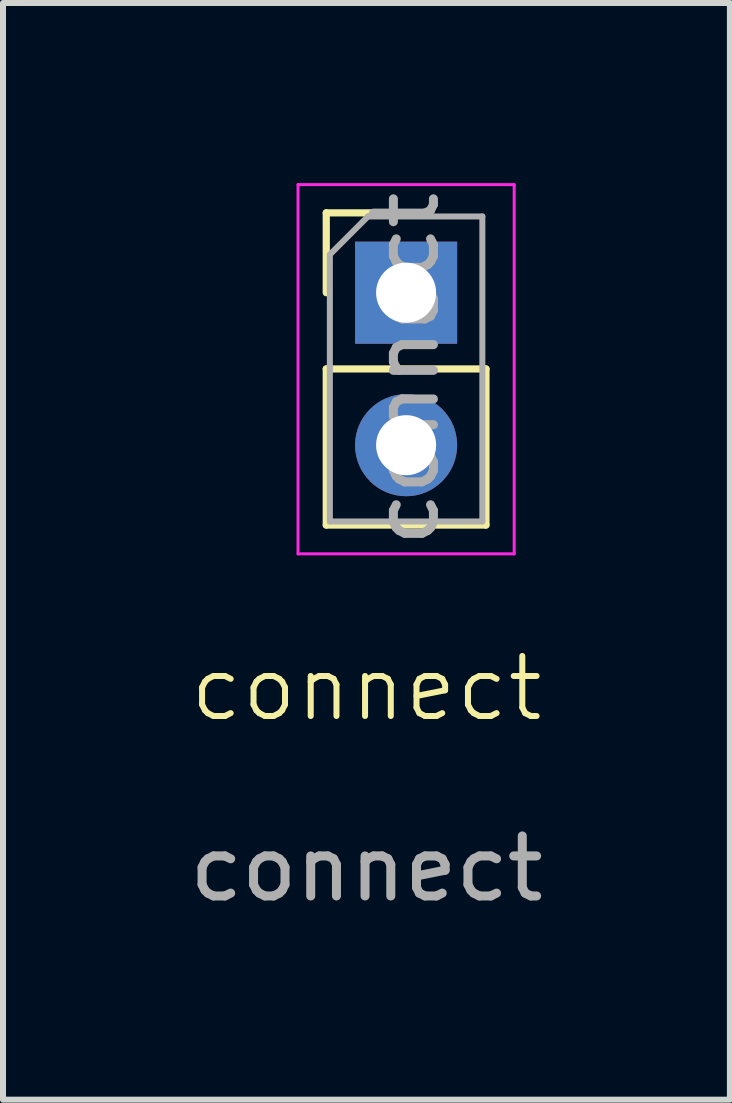
<source format=kicad_pcb>
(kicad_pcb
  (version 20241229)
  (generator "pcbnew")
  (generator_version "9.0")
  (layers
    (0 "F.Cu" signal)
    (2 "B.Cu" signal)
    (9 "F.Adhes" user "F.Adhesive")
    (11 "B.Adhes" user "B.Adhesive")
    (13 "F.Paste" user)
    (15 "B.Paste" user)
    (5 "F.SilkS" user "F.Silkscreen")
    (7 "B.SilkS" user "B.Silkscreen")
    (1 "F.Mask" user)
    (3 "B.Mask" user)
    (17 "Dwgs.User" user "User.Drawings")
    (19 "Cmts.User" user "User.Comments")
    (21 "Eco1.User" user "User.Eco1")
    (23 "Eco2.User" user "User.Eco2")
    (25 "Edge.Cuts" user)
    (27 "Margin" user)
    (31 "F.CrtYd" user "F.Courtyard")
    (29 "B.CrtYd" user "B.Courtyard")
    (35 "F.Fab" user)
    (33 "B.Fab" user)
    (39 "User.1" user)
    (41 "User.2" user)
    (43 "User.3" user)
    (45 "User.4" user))
  (footprint "connect"
    (layer "F.Cu")
    (at 3.054 8.918)
    (property "Reference" "connect" (at 0 -0.5 0) (unlocked yes) (layer "F.SilkS") (effects (font (size 1 1) (thickness 0.1))))
    (attr smd)
    (fp_line (start -0.67 -8.423) (end 0.66 -8.423) (stroke (width 0.12) (type solid)) (layer "F.SilkS"))
    (fp_line (start -0.67 -7.093) (end -0.67 -8.423) (stroke (width 0.12) (type solid)) (layer "F.SilkS"))
    (fp_line (start -0.67 -5.823) (end -0.67 -3.223) (stroke (width 0.12) (type solid)) (layer "F.SilkS"))
    (fp_line (start -0.67 -5.823) (end 1.99 -5.823) (stroke (width 0.12) (type solid)) (layer "F.SilkS"))
    (fp_line (start -0.67 -3.223) (end 1.99 -3.223) (stroke (width 0.12) (type solid)) (layer "F.SilkS"))
    (fp_line (start 1.99 -5.823) (end 1.99 -3.223) (stroke (width 0.12) (type solid)) (layer "F.SilkS"))
    (fp_line (start -1.14 -8.893) (end -1.14 -2.743) (stroke (width 0.05) (type solid)) (layer "F.CrtYd"))
    (fp_line (start -1.14 -2.743) (end 2.46 -2.743) (stroke (width 0.05) (type solid)) (layer "F.CrtYd"))
    (fp_line (start 2.46 -8.893) (end -1.14 -8.893) (stroke (width 0.05) (type solid)) (layer "F.CrtYd"))
    (fp_line (start 2.46 -2.743) (end 2.46 -8.893) (stroke (width 0.05) (type solid)) (layer "F.CrtYd"))
    (fp_line (start -0.61 -7.728) (end 0.025 -8.363) (stroke (width 0.1) (type solid)) (layer "F.Fab"))
    (fp_line (start -0.61 -3.283) (end -0.61 -7.728) (stroke (width 0.1) (type solid)) (layer "F.Fab"))
    (fp_line (start 0.025 -8.363) (end 1.93 -8.363) (stroke (width 0.1) (type solid)) (layer "F.Fab"))
    (fp_line (start 1.93 -8.363) (end 1.93 -3.283) (stroke (width 0.1) (type solid)) (layer "F.Fab"))
    (fp_line (start 1.93 -3.283) (end -0.61 -3.283) (stroke (width 0.1) (type solid)) (layer "F.Fab"))
    (fp_text user "${REFERENCE}" (at 0 2.5 0) (unlocked yes) (layer "F.Fab") (effects (font (size 1 1) (thickness 0.15))))
    (fp_text user "${REFERENCE}" (at 0.66 -5.823 90) (layer "F.Fab") (effects (font (size 1 1) (thickness 0.15))))
    (pad "1" thru_hole rect (at 0.66 -7.093) (size 1.7 1.7) (drill 1) (layers "*.Cu" "*.Mask"))
    (pad "2" thru_hole oval (at 0.66 -4.553) (size 1.7 1.7) (drill 1) (layers "*.Cu" "*.Mask")))
  (gr_rect
    (start -3 -3)
    (end 9.107 15.266)
    (stroke (width 0.1) (type default))
    (fill no)
    (layer "Edge.Cuts")))
</source>
